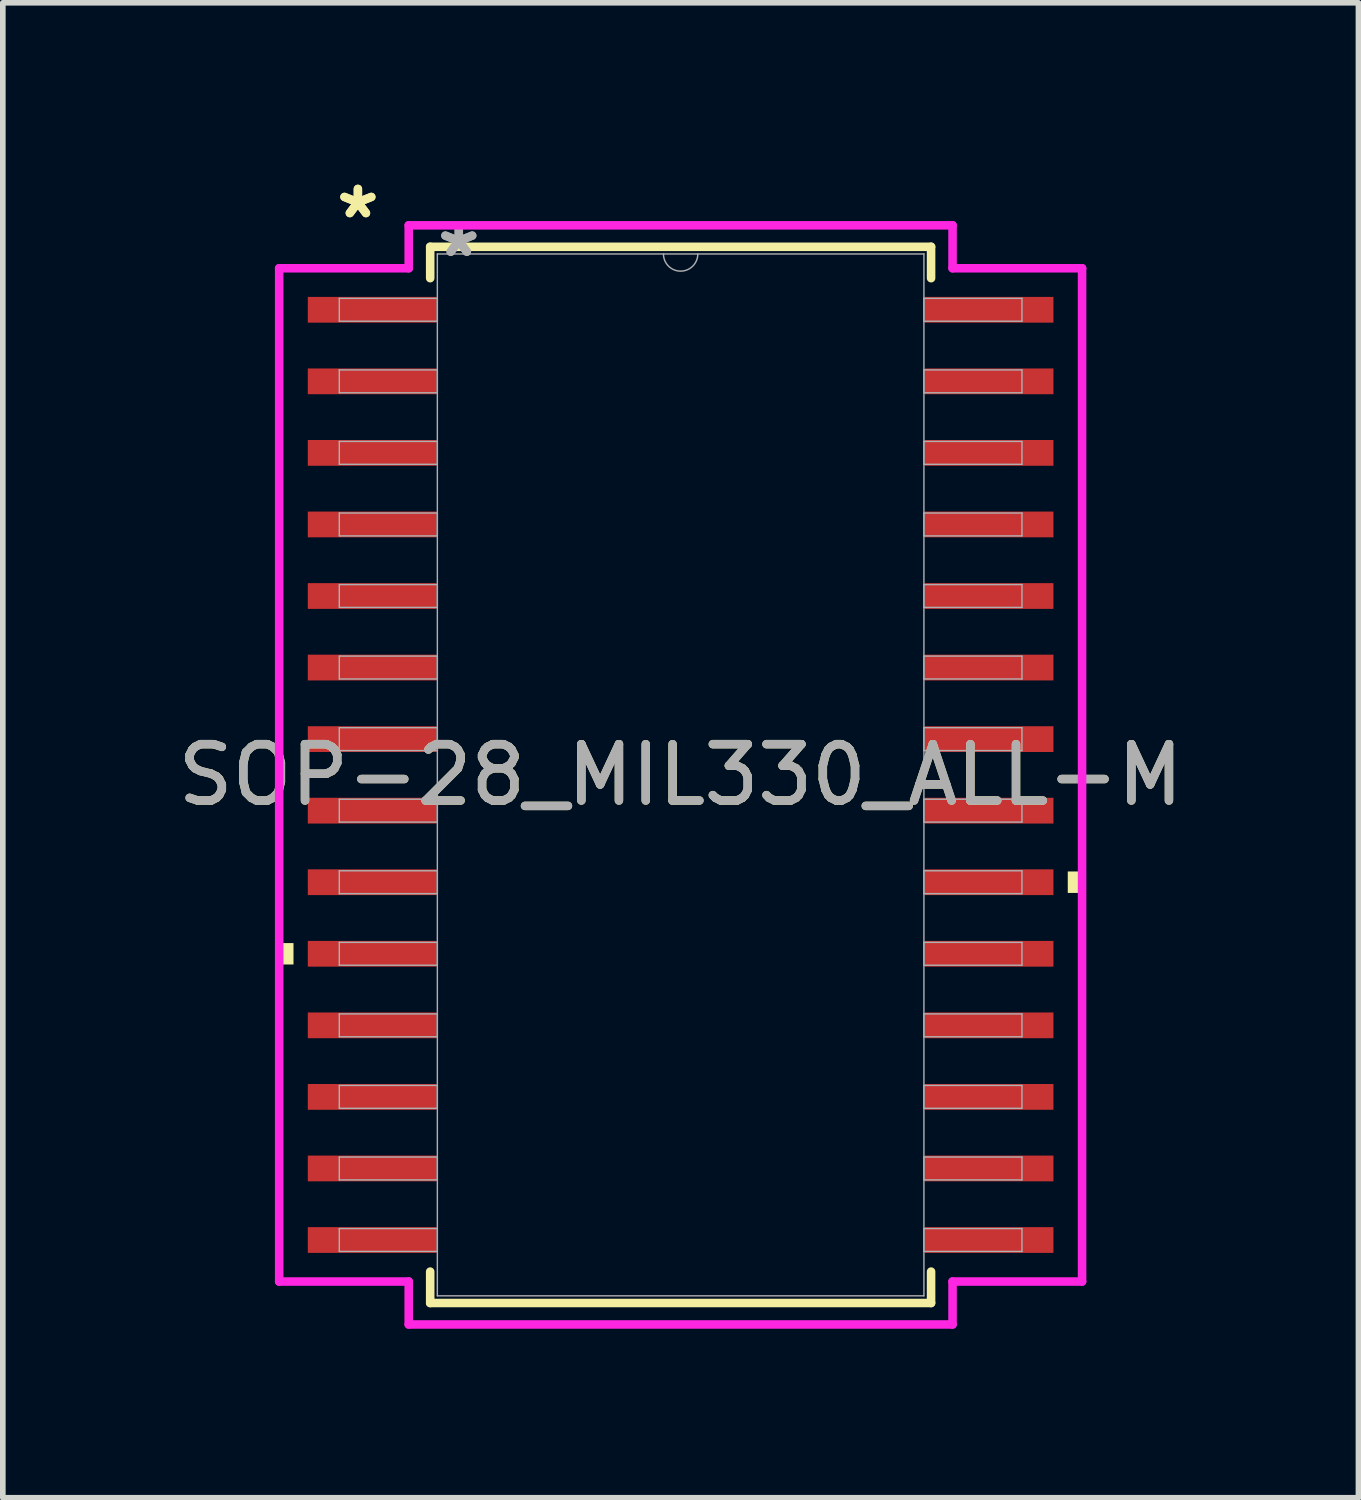
<source format=kicad_pcb>
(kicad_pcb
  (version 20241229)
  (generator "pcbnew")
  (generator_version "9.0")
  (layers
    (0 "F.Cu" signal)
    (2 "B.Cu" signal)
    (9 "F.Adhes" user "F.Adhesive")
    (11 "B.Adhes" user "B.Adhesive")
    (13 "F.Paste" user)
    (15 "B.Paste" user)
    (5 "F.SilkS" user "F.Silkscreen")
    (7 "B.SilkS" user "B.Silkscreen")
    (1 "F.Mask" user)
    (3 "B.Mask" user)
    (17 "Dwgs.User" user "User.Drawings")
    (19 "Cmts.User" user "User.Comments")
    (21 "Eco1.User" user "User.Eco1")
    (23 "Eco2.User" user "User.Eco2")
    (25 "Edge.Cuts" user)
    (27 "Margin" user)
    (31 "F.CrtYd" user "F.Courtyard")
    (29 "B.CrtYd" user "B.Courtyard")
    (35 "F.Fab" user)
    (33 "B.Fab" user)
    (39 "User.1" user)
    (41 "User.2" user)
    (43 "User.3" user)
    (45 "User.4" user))
  (footprint "SOP-28_MIL330_ALL-M"
    (layer "F.Cu")
    (at 9.03 10.703)
    (property "Reference" "SOP-28_MIL330_ALL-M" (at 0 0 0) (unlocked yes) (layer "F.SilkS") (effects (font (size 1 1) (thickness 0.15))))
    (attr smd)
    (fp_line (start -4.445 -9.373) (end -4.445 -8.816) (stroke (width 0.152) (type solid)) (layer "F.SilkS"))
    (fp_line (start -4.445 8.816) (end -4.445 9.373) (stroke (width 0.152) (type solid)) (layer "F.SilkS"))
    (fp_line (start -4.445 9.373) (end 4.445 9.373) (stroke (width 0.152) (type solid)) (layer "F.SilkS"))
    (fp_line (start 4.445 -9.373) (end -4.445 -9.373) (stroke (width 0.152) (type solid)) (layer "F.SilkS"))
    (fp_line (start 4.445 -8.816) (end 4.445 -9.373) (stroke (width 0.152) (type solid)) (layer "F.SilkS"))
    (fp_line (start 4.445 9.373) (end 4.445 8.816) (stroke (width 0.152) (type solid)) (layer "F.SilkS"))
    (fp_poly (pts (xy -7.125 2.985) (xy -7.125 3.365) (xy -6.871 3.365) (xy -6.871 2.985)) (stroke (width 0) (type solid)) (fill yes) (layer "F.SilkS"))
    (fp_poly (pts (xy 7.125 1.714) (xy 7.125 2.095) (xy 6.871 2.095) (xy 6.871 1.714)) (stroke (width 0) (type solid)) (fill yes) (layer "F.SilkS"))
    (fp_line (start -7.125 -8.992) (end -4.826 -8.992) (stroke (width 0.152) (type solid)) (layer "F.CrtYd"))
    (fp_line (start -7.125 8.992) (end -7.125 -8.992) (stroke (width 0.152) (type solid)) (layer "F.CrtYd"))
    (fp_line (start -7.125 8.992) (end -4.826 8.992) (stroke (width 0.152) (type solid)) (layer "F.CrtYd"))
    (fp_line (start -4.826 -9.754) (end 4.826 -9.754) (stroke (width 0.152) (type solid)) (layer "F.CrtYd"))
    (fp_line (start -4.826 -8.992) (end -4.826 -9.754) (stroke (width 0.152) (type solid)) (layer "F.CrtYd"))
    (fp_line (start -4.826 9.754) (end -4.826 8.992) (stroke (width 0.152) (type solid)) (layer "F.CrtYd"))
    (fp_line (start 4.826 -9.754) (end 4.826 -8.992) (stroke (width 0.152) (type solid)) (layer "F.CrtYd"))
    (fp_line (start 4.826 8.992) (end 4.826 9.754) (stroke (width 0.152) (type solid)) (layer "F.CrtYd"))
    (fp_line (start 4.826 9.754) (end -4.826 9.754) (stroke (width 0.152) (type solid)) (layer "F.CrtYd"))
    (fp_line (start 7.125 -8.992) (end 4.826 -8.992) (stroke (width 0.152) (type solid)) (layer "F.CrtYd"))
    (fp_line (start 7.125 -8.992) (end 7.125 8.992) (stroke (width 0.152) (type solid)) (layer "F.CrtYd"))
    (fp_line (start 7.125 8.992) (end 4.826 8.992) (stroke (width 0.152) (type solid)) (layer "F.CrtYd"))
    (fp_line (start -6.058 -8.458) (end -6.058 -8.052) (stroke (width 0.025) (type solid)) (layer "F.Fab"))
    (fp_line (start -6.058 -8.052) (end -4.318 -8.052) (stroke (width 0.025) (type solid)) (layer "F.Fab"))
    (fp_line (start -6.058 -7.188) (end -6.058 -6.782) (stroke (width 0.025) (type solid)) (layer "F.Fab"))
    (fp_line (start -6.058 -6.782) (end -4.318 -6.782) (stroke (width 0.025) (type solid)) (layer "F.Fab"))
    (fp_line (start -6.058 -5.918) (end -6.058 -5.512) (stroke (width 0.025) (type solid)) (layer "F.Fab"))
    (fp_line (start -6.058 -5.512) (end -4.318 -5.512) (stroke (width 0.025) (type solid)) (layer "F.Fab"))
    (fp_line (start -6.058 -4.648) (end -6.058 -4.242) (stroke (width 0.025) (type solid)) (layer "F.Fab"))
    (fp_line (start -6.058 -4.242) (end -4.318 -4.242) (stroke (width 0.025) (type solid)) (layer "F.Fab"))
    (fp_line (start -6.058 -3.378) (end -6.058 -2.972) (stroke (width 0.025) (type solid)) (layer "F.Fab"))
    (fp_line (start -6.058 -2.972) (end -4.318 -2.972) (stroke (width 0.025) (type solid)) (layer "F.Fab"))
    (fp_line (start -6.058 -2.108) (end -6.058 -1.702) (stroke (width 0.025) (type solid)) (layer "F.Fab"))
    (fp_line (start -6.058 -1.702) (end -4.318 -1.702) (stroke (width 0.025) (type solid)) (layer "F.Fab"))
    (fp_line (start -6.058 -0.838) (end -6.058 -0.432) (stroke (width 0.025) (type solid)) (layer "F.Fab"))
    (fp_line (start -6.058 -0.432) (end -4.318 -0.432) (stroke (width 0.025) (type solid)) (layer "F.Fab"))
    (fp_line (start -6.058 0.432) (end -6.058 0.838) (stroke (width 0.025) (type solid)) (layer "F.Fab"))
    (fp_line (start -6.058 0.838) (end -4.318 0.838) (stroke (width 0.025) (type solid)) (layer "F.Fab"))
    (fp_line (start -6.058 1.702) (end -6.058 2.108) (stroke (width 0.025) (type solid)) (layer "F.Fab"))
    (fp_line (start -6.058 2.108) (end -4.318 2.108) (stroke (width 0.025) (type solid)) (layer "F.Fab"))
    (fp_line (start -6.058 2.972) (end -6.058 3.378) (stroke (width 0.025) (type solid)) (layer "F.Fab"))
    (fp_line (start -6.058 3.378) (end -4.318 3.378) (stroke (width 0.025) (type solid)) (layer "F.Fab"))
    (fp_line (start -6.058 4.242) (end -6.058 4.648) (stroke (width 0.025) (type solid)) (layer "F.Fab"))
    (fp_line (start -6.058 4.648) (end -4.318 4.648) (stroke (width 0.025) (type solid)) (layer "F.Fab"))
    (fp_line (start -6.058 5.512) (end -6.058 5.918) (stroke (width 0.025) (type solid)) (layer "F.Fab"))
    (fp_line (start -6.058 5.918) (end -4.318 5.918) (stroke (width 0.025) (type solid)) (layer "F.Fab"))
    (fp_line (start -6.058 6.782) (end -6.058 7.188) (stroke (width 0.025) (type solid)) (layer "F.Fab"))
    (fp_line (start -6.058 7.188) (end -4.318 7.188) (stroke (width 0.025) (type solid)) (layer "F.Fab"))
    (fp_line (start -6.058 8.052) (end -6.058 8.458) (stroke (width 0.025) (type solid)) (layer "F.Fab"))
    (fp_line (start -6.058 8.458) (end -4.318 8.458) (stroke (width 0.025) (type solid)) (layer "F.Fab"))
    (fp_line (start -4.318 -9.246) (end -4.318 9.246) (stroke (width 0.025) (type solid)) (layer "F.Fab"))
    (fp_line (start -4.318 -8.458) (end -6.058 -8.458) (stroke (width 0.025) (type solid)) (layer "F.Fab"))
    (fp_line (start -4.318 -8.052) (end -4.318 -8.458) (stroke (width 0.025) (type solid)) (layer "F.Fab"))
    (fp_line (start -4.318 -7.188) (end -6.058 -7.188) (stroke (width 0.025) (type solid)) (layer "F.Fab"))
    (fp_line (start -4.318 -6.782) (end -4.318 -7.188) (stroke (width 0.025) (type solid)) (layer "F.Fab"))
    (fp_line (start -4.318 -5.918) (end -6.058 -5.918) (stroke (width 0.025) (type solid)) (layer "F.Fab"))
    (fp_line (start -4.318 -5.512) (end -4.318 -5.918) (stroke (width 0.025) (type solid)) (layer "F.Fab"))
    (fp_line (start -4.318 -4.648) (end -6.058 -4.648) (stroke (width 0.025) (type solid)) (layer "F.Fab"))
    (fp_line (start -4.318 -4.242) (end -4.318 -4.648) (stroke (width 0.025) (type solid)) (layer "F.Fab"))
    (fp_line (start -4.318 -3.378) (end -6.058 -3.378) (stroke (width 0.025) (type solid)) (layer "F.Fab"))
    (fp_line (start -4.318 -2.972) (end -4.318 -3.378) (stroke (width 0.025) (type solid)) (layer "F.Fab"))
    (fp_line (start -4.318 -2.108) (end -6.058 -2.108) (stroke (width 0.025) (type solid)) (layer "F.Fab"))
    (fp_line (start -4.318 -1.702) (end -4.318 -2.108) (stroke (width 0.025) (type solid)) (layer "F.Fab"))
    (fp_line (start -4.318 -0.838) (end -6.058 -0.838) (stroke (width 0.025) (type solid)) (layer "F.Fab"))
    (fp_line (start -4.318 -0.432) (end -4.318 -0.838) (stroke (width 0.025) (type solid)) (layer "F.Fab"))
    (fp_line (start -4.318 0.432) (end -6.058 0.432) (stroke (width 0.025) (type solid)) (layer "F.Fab"))
    (fp_line (start -4.318 0.838) (end -4.318 0.432) (stroke (width 0.025) (type solid)) (layer "F.Fab"))
    (fp_line (start -4.318 1.702) (end -6.058 1.702) (stroke (width 0.025) (type solid)) (layer "F.Fab"))
    (fp_line (start -4.318 2.108) (end -4.318 1.702) (stroke (width 0.025) (type solid)) (layer "F.Fab"))
    (fp_line (start -4.318 2.972) (end -6.058 2.972) (stroke (width 0.025) (type solid)) (layer "F.Fab"))
    (fp_line (start -4.318 3.378) (end -4.318 2.972) (stroke (width 0.025) (type solid)) (layer "F.Fab"))
    (fp_line (start -4.318 4.242) (end -6.058 4.242) (stroke (width 0.025) (type solid)) (layer "F.Fab"))
    (fp_line (start -4.318 4.648) (end -4.318 4.242) (stroke (width 0.025) (type solid)) (layer "F.Fab"))
    (fp_line (start -4.318 5.512) (end -6.058 5.512) (stroke (width 0.025) (type solid)) (layer "F.Fab"))
    (fp_line (start -4.318 5.918) (end -4.318 5.512) (stroke (width 0.025) (type solid)) (layer "F.Fab"))
    (fp_line (start -4.318 6.782) (end -6.058 6.782) (stroke (width 0.025) (type solid)) (layer "F.Fab"))
    (fp_line (start -4.318 7.188) (end -4.318 6.782) (stroke (width 0.025) (type solid)) (layer "F.Fab"))
    (fp_line (start -4.318 8.052) (end -6.058 8.052) (stroke (width 0.025) (type solid)) (layer "F.Fab"))
    (fp_line (start -4.318 8.458) (end -4.318 8.052) (stroke (width 0.025) (type solid)) (layer "F.Fab"))
    (fp_line (start -4.318 9.246) (end 4.318 9.246) (stroke (width 0.025) (type solid)) (layer "F.Fab"))
    (fp_line (start 4.318 -9.246) (end -4.318 -9.246) (stroke (width 0.025) (type solid)) (layer "F.Fab"))
    (fp_line (start 4.318 -8.458) (end 4.318 -8.052) (stroke (width 0.025) (type solid)) (layer "F.Fab"))
    (fp_line (start 4.318 -8.052) (end 6.058 -8.052) (stroke (width 0.025) (type solid)) (layer "F.Fab"))
    (fp_line (start 4.318 -7.188) (end 4.318 -6.782) (stroke (width 0.025) (type solid)) (layer "F.Fab"))
    (fp_line (start 4.318 -6.782) (end 6.058 -6.782) (stroke (width 0.025) (type solid)) (layer "F.Fab"))
    (fp_line (start 4.318 -5.918) (end 4.318 -5.512) (stroke (width 0.025) (type solid)) (layer "F.Fab"))
    (fp_line (start 4.318 -5.512) (end 6.058 -5.512) (stroke (width 0.025) (type solid)) (layer "F.Fab"))
    (fp_line (start 4.318 -4.648) (end 4.318 -4.242) (stroke (width 0.025) (type solid)) (layer "F.Fab"))
    (fp_line (start 4.318 -4.242) (end 6.058 -4.242) (stroke (width 0.025) (type solid)) (layer "F.Fab"))
    (fp_line (start 4.318 -3.378) (end 4.318 -2.972) (stroke (width 0.025) (type solid)) (layer "F.Fab"))
    (fp_line (start 4.318 -2.972) (end 6.058 -2.972) (stroke (width 0.025) (type solid)) (layer "F.Fab"))
    (fp_line (start 4.318 -2.108) (end 4.318 -1.702) (stroke (width 0.025) (type solid)) (layer "F.Fab"))
    (fp_line (start 4.318 -1.702) (end 6.058 -1.702) (stroke (width 0.025) (type solid)) (layer "F.Fab"))
    (fp_line (start 4.318 -0.838) (end 4.318 -0.432) (stroke (width 0.025) (type solid)) (layer "F.Fab"))
    (fp_line (start 4.318 -0.432) (end 6.058 -0.432) (stroke (width 0.025) (type solid)) (layer "F.Fab"))
    (fp_line (start 4.318 0.432) (end 4.318 0.838) (stroke (width 0.025) (type solid)) (layer "F.Fab"))
    (fp_line (start 4.318 0.838) (end 6.058 0.838) (stroke (width 0.025) (type solid)) (layer "F.Fab"))
    (fp_line (start 4.318 1.702) (end 4.318 2.108) (stroke (width 0.025) (type solid)) (layer "F.Fab"))
    (fp_line (start 4.318 2.108) (end 6.058 2.108) (stroke (width 0.025) (type solid)) (layer "F.Fab"))
    (fp_line (start 4.318 2.972) (end 4.318 3.378) (stroke (width 0.025) (type solid)) (layer "F.Fab"))
    (fp_line (start 4.318 3.378) (end 6.058 3.378) (stroke (width 0.025) (type solid)) (layer "F.Fab"))
    (fp_line (start 4.318 4.242) (end 4.318 4.648) (stroke (width 0.025) (type solid)) (layer "F.Fab"))
    (fp_line (start 4.318 4.648) (end 6.058 4.648) (stroke (width 0.025) (type solid)) (layer "F.Fab"))
    (fp_line (start 4.318 5.512) (end 4.318 5.918) (stroke (width 0.025) (type solid)) (layer "F.Fab"))
    (fp_line (start 4.318 5.918) (end 6.058 5.918) (stroke (width 0.025) (type solid)) (layer "F.Fab"))
    (fp_line (start 4.318 6.782) (end 4.318 7.188) (stroke (width 0.025) (type solid)) (layer "F.Fab"))
    (fp_line (start 4.318 7.188) (end 6.058 7.188) (stroke (width 0.025) (type solid)) (layer "F.Fab"))
    (fp_line (start 4.318 8.052) (end 4.318 8.458) (stroke (width 0.025) (type solid)) (layer "F.Fab"))
    (fp_line (start 4.318 8.458) (end 6.058 8.458) (stroke (width 0.025) (type solid)) (layer "F.Fab"))
    (fp_line (start 4.318 9.246) (end 4.318 -9.246) (stroke (width 0.025) (type solid)) (layer "F.Fab"))
    (fp_line (start 6.058 -8.458) (end 4.318 -8.458) (stroke (width 0.025) (type solid)) (layer "F.Fab"))
    (fp_line (start 6.058 -8.052) (end 6.058 -8.458) (stroke (width 0.025) (type solid)) (layer "F.Fab"))
    (fp_line (start 6.058 -7.188) (end 4.318 -7.188) (stroke (width 0.025) (type solid)) (layer "F.Fab"))
    (fp_line (start 6.058 -6.782) (end 6.058 -7.188) (stroke (width 0.025) (type solid)) (layer "F.Fab"))
    (fp_line (start 6.058 -5.918) (end 4.318 -5.918) (stroke (width 0.025) (type solid)) (layer "F.Fab"))
    (fp_line (start 6.058 -5.512) (end 6.058 -5.918) (stroke (width 0.025) (type solid)) (layer "F.Fab"))
    (fp_line (start 6.058 -4.648) (end 4.318 -4.648) (stroke (width 0.025) (type solid)) (layer "F.Fab"))
    (fp_line (start 6.058 -4.242) (end 6.058 -4.648) (stroke (width 0.025) (type solid)) (layer "F.Fab"))
    (fp_line (start 6.058 -3.378) (end 4.318 -3.378) (stroke (width 0.025) (type solid)) (layer "F.Fab"))
    (fp_line (start 6.058 -2.972) (end 6.058 -3.378) (stroke (width 0.025) (type solid)) (layer "F.Fab"))
    (fp_line (start 6.058 -2.108) (end 4.318 -2.108) (stroke (width 0.025) (type solid)) (layer "F.Fab"))
    (fp_line (start 6.058 -1.702) (end 6.058 -2.108) (stroke (width 0.025) (type solid)) (layer "F.Fab"))
    (fp_line (start 6.058 -0.838) (end 4.318 -0.838) (stroke (width 0.025) (type solid)) (layer "F.Fab"))
    (fp_line (start 6.058 -0.432) (end 6.058 -0.838) (stroke (width 0.025) (type solid)) (layer "F.Fab"))
    (fp_line (start 6.058 0.432) (end 4.318 0.432) (stroke (width 0.025) (type solid)) (layer "F.Fab"))
    (fp_line (start 6.058 0.838) (end 6.058 0.432) (stroke (width 0.025) (type solid)) (layer "F.Fab"))
    (fp_line (start 6.058 1.702) (end 4.318 1.702) (stroke (width 0.025) (type solid)) (layer "F.Fab"))
    (fp_line (start 6.058 2.108) (end 6.058 1.702) (stroke (width 0.025) (type solid)) (layer "F.Fab"))
    (fp_line (start 6.058 2.972) (end 4.318 2.972) (stroke (width 0.025) (type solid)) (layer "F.Fab"))
    (fp_line (start 6.058 3.378) (end 6.058 2.972) (stroke (width 0.025) (type solid)) (layer "F.Fab"))
    (fp_line (start 6.058 4.242) (end 4.318 4.242) (stroke (width 0.025) (type solid)) (layer "F.Fab"))
    (fp_line (start 6.058 4.648) (end 6.058 4.242) (stroke (width 0.025) (type solid)) (layer "F.Fab"))
    (fp_line (start 6.058 5.512) (end 4.318 5.512) (stroke (width 0.025) (type solid)) (layer "F.Fab"))
    (fp_line (start 6.058 5.918) (end 6.058 5.512) (stroke (width 0.025) (type solid)) (layer "F.Fab"))
    (fp_line (start 6.058 6.782) (end 4.318 6.782) (stroke (width 0.025) (type solid)) (layer "F.Fab"))
    (fp_line (start 6.058 7.188) (end 6.058 6.782) (stroke (width 0.025) (type solid)) (layer "F.Fab"))
    (fp_line (start 6.058 8.052) (end 4.318 8.052) (stroke (width 0.025) (type solid)) (layer "F.Fab"))
    (fp_line (start 6.058 8.458) (end 6.058 8.052) (stroke (width 0.025) (type solid)) (layer "F.Fab"))
    (fp_arc (start 0.3048 -9.2456) (mid 0 -8.9408) (end -0.3048 -9.2456) (stroke (width 0.0254) (type solid)) (layer "F.Fab"))
    (fp_text user "*" (at -5.728 -9.855 0) (layer "F.SilkS") (effects (font (size 1 1) (thickness 0.15))))
    (fp_text user "*" (at -5.728 -9.855 0) (unlocked yes) (layer "F.SilkS") (effects (font (size 1 1) (thickness 0.15))))
    (fp_text user "*" (at -3.937 -9.169 0) (unlocked yes) (layer "F.Fab") (effects (font (size 1 1) (thickness 0.15))))
    (fp_text user "${REFERENCE}" (at 0 0 0) (unlocked yes) (layer "F.Fab") (effects (font (size 1 1) (thickness 0.15))))
    (fp_text user "*" (at -3.937 -9.169 0) (layer "F.Fab") (effects (font (size 1 1) (thickness 0.15))))
    (pad "1" smd rect (at -5.474 -8.255) (size 2.286 0.457) (layers "F.Cu" "F.Mask" "F.Paste"))
    (pad "2" smd rect (at -5.474 -6.985) (size 2.286 0.457) (layers "F.Cu" "F.Mask" "F.Paste"))
    (pad "3" smd rect (at -5.474 -5.715) (size 2.286 0.457) (layers "F.Cu" "F.Mask" "F.Paste"))
    (pad "4" smd rect (at -5.474 -4.445) (size 2.286 0.457) (layers "F.Cu" "F.Mask" "F.Paste"))
    (pad "5" smd rect (at -5.474 -3.175) (size 2.286 0.457) (layers "F.Cu" "F.Mask" "F.Paste"))
    (pad "6" smd rect (at -5.474 -1.905) (size 2.286 0.457) (layers "F.Cu" "F.Mask" "F.Paste"))
    (pad "7" smd rect (at -5.474 -0.635) (size 2.286 0.457) (layers "F.Cu" "F.Mask" "F.Paste"))
    (pad "8" smd rect (at -5.474 0.635) (size 2.286 0.457) (layers "F.Cu" "F.Mask" "F.Paste"))
    (pad "9" smd rect (at -5.474 1.905) (size 2.286 0.457) (layers "F.Cu" "F.Mask" "F.Paste"))
    (pad "10" smd rect (at -5.474 3.175) (size 2.286 0.457) (layers "F.Cu" "F.Mask" "F.Paste"))
    (pad "11" smd rect (at -5.474 4.445) (size 2.286 0.457) (layers "F.Cu" "F.Mask" "F.Paste"))
    (pad "12" smd rect (at -5.474 5.715) (size 2.286 0.457) (layers "F.Cu" "F.Mask" "F.Paste"))
    (pad "13" smd rect (at -5.474 6.985) (size 2.286 0.457) (layers "F.Cu" "F.Mask" "F.Paste"))
    (pad "14" smd rect (at -5.474 8.255) (size 2.286 0.457) (layers "F.Cu" "F.Mask" "F.Paste"))
    (pad "15" smd rect (at 5.474 8.255) (size 2.286 0.457) (layers "F.Cu" "F.Mask" "F.Paste"))
    (pad "16" smd rect (at 5.474 6.985) (size 2.286 0.457) (layers "F.Cu" "F.Mask" "F.Paste"))
    (pad "17" smd rect (at 5.474 5.715) (size 2.286 0.457) (layers "F.Cu" "F.Mask" "F.Paste"))
    (pad "18" smd rect (at 5.474 4.445) (size 2.286 0.457) (layers "F.Cu" "F.Mask" "F.Paste"))
    (pad "19" smd rect (at 5.474 3.175) (size 2.286 0.457) (layers "F.Cu" "F.Mask" "F.Paste"))
    (pad "20" smd rect (at 5.474 1.905) (size 2.286 0.457) (layers "F.Cu" "F.Mask" "F.Paste"))
    (pad "21" smd rect (at 5.474 0.635) (size 2.286 0.457) (layers "F.Cu" "F.Mask" "F.Paste"))
    (pad "22" smd rect (at 5.474 -0.635) (size 2.286 0.457) (layers "F.Cu" "F.Mask" "F.Paste"))
    (pad "23" smd rect (at 5.474 -1.905) (size 2.286 0.457) (layers "F.Cu" "F.Mask" "F.Paste"))
    (pad "24" smd rect (at 5.474 -3.175) (size 2.286 0.457) (layers "F.Cu" "F.Mask" "F.Paste"))
    (pad "25" smd rect (at 5.474 -4.445) (size 2.286 0.457) (layers "F.Cu" "F.Mask" "F.Paste"))
    (pad "26" smd rect (at 5.474 -5.715) (size 2.286 0.457) (layers "F.Cu" "F.Mask" "F.Paste"))
    (pad "27" smd rect (at 5.474 -6.985) (size 2.286 0.457) (layers "F.Cu" "F.Mask" "F.Paste"))
    (pad "28" smd rect (at 5.474 -8.255) (size 2.286 0.457) (layers "F.Cu" "F.Mask" "F.Paste")))
  (gr_rect
    (start -3 -3)
    (end 21.06 23.533)
    (stroke (width 0.1) (type default))
    (fill no)
    (layer "Edge.Cuts")))
</source>
